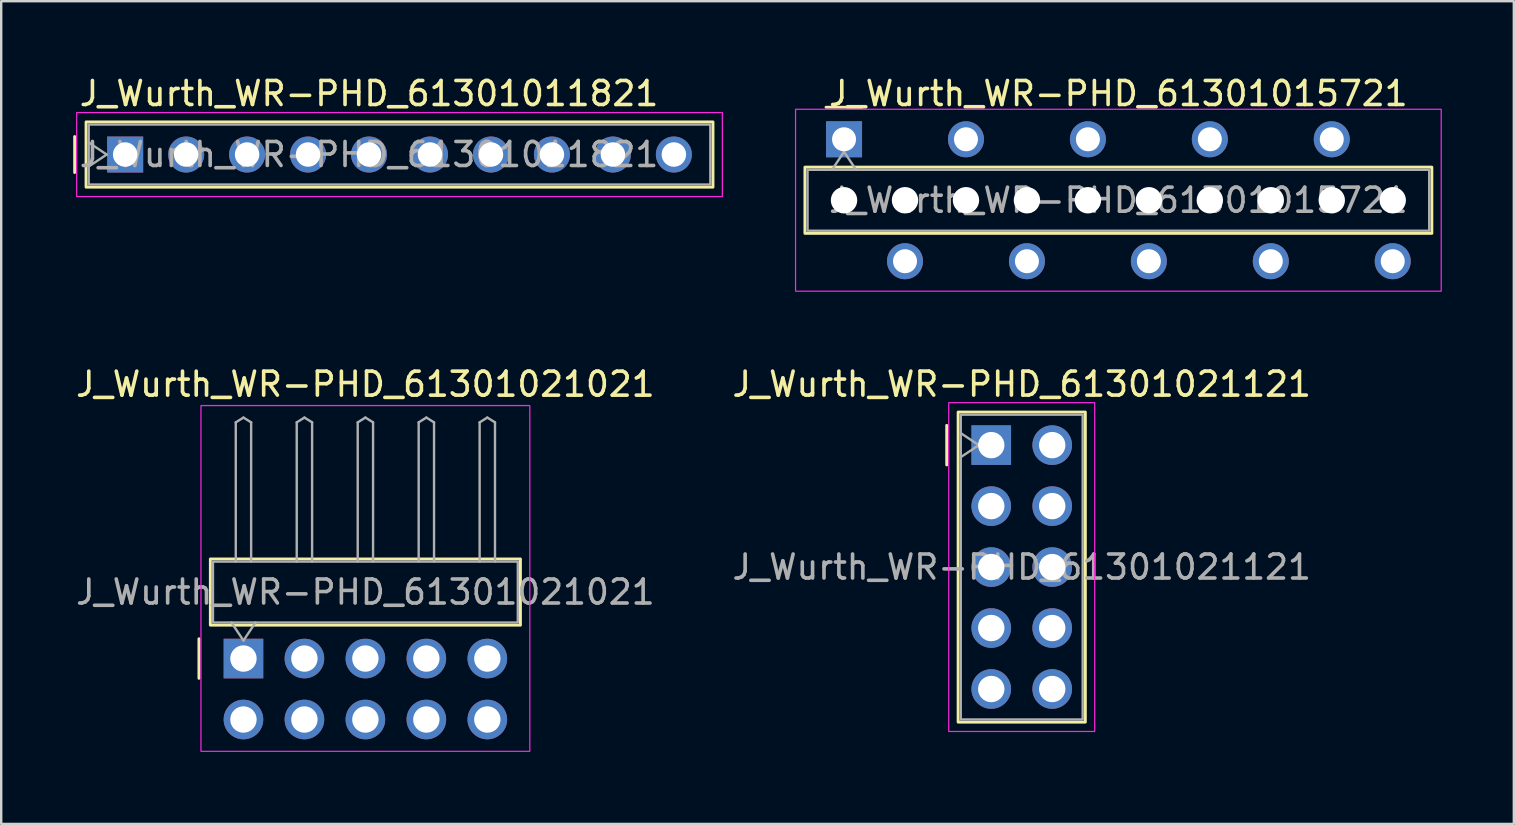
<source format=kicad_pcb>
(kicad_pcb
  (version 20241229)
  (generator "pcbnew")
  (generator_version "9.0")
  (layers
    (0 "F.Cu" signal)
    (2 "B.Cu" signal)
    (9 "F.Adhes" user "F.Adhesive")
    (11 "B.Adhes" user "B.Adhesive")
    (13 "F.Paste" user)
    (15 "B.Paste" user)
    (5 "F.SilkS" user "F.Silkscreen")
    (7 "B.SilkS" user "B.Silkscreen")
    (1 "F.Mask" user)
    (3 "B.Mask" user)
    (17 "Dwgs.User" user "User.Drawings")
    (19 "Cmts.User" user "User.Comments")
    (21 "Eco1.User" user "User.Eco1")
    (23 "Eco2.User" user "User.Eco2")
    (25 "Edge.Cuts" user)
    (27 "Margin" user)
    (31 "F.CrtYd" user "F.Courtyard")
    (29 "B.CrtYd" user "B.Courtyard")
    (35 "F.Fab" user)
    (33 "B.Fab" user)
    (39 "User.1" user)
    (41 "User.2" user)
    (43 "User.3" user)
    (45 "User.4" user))
  (footprint "J_Wurth_WR-PHD_61301021121"
    (layer "F.Cu")
    (at 38.248 15.496)
    (property "Reference" "J_Wurth_WR-PHD_61301021121" (at 1.27 -2.54 0) (unlocked yes) (layer "F.SilkS") (effects (font (size 1 1) (thickness 0.15))))
    (attr through_hole)
    (fp_line (start -1.855 -0.825) (end -1.855 0.825) (stroke (width 0.12) (type solid)) (layer "F.SilkS"))
    (fp_rect (start -1.38 -1.38) (end 3.92 11.54) (stroke (width 0.12) (type solid)) (fill no) (layer "F.SilkS"))
    (fp_rect (start -1.77 -1.77) (end 4.31 11.93) (stroke (width 0.05) (type solid)) (fill no) (layer "F.CrtYd"))
    (fp_line (start -1.27 -0.5) (end -0.52 0) (stroke (width 0.1) (type solid)) (layer "F.Fab"))
    (fp_line (start -0.52 0) (end -1.27 0.5) (stroke (width 0.1) (type solid)) (layer "F.Fab"))
    (fp_rect (start -1.27 -1.27) (end 3.81 11.43) (stroke (width 0.1) (type solid)) (fill no) (layer "F.Fab"))
    (fp_text user "${REFERENCE}" (at 1.27 5.08 0) (unlocked yes) (layer "F.Fab") (effects (font (size 1 1) (thickness 0.15))))
    (pad "1" thru_hole rect (at 0 0 270) (size 1.65 1.65) (drill 1.1) (layers "*.Cu" "*.Mask"))
    (pad "2" thru_hole circle (at 2.54 0 270) (size 1.65 1.65) (drill 1.1) (layers "*.Cu" "*.Mask"))
    (pad "3" thru_hole circle (at 0 2.54 270) (size 1.65 1.65) (drill 1.1) (layers "*.Cu" "*.Mask"))
    (pad "4" thru_hole circle (at 2.54 2.54 270) (size 1.65 1.65) (drill 1.1) (layers "*.Cu" "*.Mask"))
    (pad "5" thru_hole circle (at 0 5.08 270) (size 1.65 1.65) (drill 1.1) (layers "*.Cu" "*.Mask"))
    (pad "6" thru_hole circle (at 2.54 5.08 270) (size 1.65 1.65) (drill 1.1) (layers "*.Cu" "*.Mask"))
    (pad "7" thru_hole circle (at 0 7.62 270) (size 1.65 1.65) (drill 1.1) (layers "*.Cu" "*.Mask"))
    (pad "8" thru_hole circle (at 2.54 7.62 270) (size 1.65 1.65) (drill 1.1) (layers "*.Cu" "*.Mask"))
    (pad "9" thru_hole circle (at 0 10.16 270) (size 1.65 1.65) (drill 1.1) (layers "*.Cu" "*.Mask"))
    (pad "10" thru_hole circle (at 2.54 10.16 270) (size 1.65 1.65) (drill 1.1) (layers "*.Cu" "*.Mask")))
  (footprint "J_Wurth_WR-PHD_61301021021"
    (layer "F.Cu")
    (at 7.093 24.387)
    (property "Reference" "J_Wurth_WR-PHD_61301021021" (at 5.08 -11.43 0) (unlocked yes) (layer "F.SilkS") (effects (font (size 1 1) (thickness 0.15))))
    (attr through_hole)
    (fp_line (start -1.855 -0.825) (end -1.855 0.825) (stroke (width 0.12) (type solid)) (layer "F.SilkS"))
    (fp_rect (start -1.38 -4.15) (end 11.54 -1.39) (stroke (width 0.12) (type solid)) (fill no) (layer "F.SilkS"))
    (fp_rect (start -1.77 -10.54) (end 11.93 3.865) (stroke (width 0.05) (type solid)) (fill no) (layer "F.CrtYd"))
    (fp_line (start -0.32 -9.84) (end -0.32 -4.04) (stroke (width 0.1) (type solid)) (layer "F.Fab"))
    (fp_line (start 0 -10.04) (end -0.32 -9.84) (stroke (width 0.1) (type solid)) (layer "F.Fab"))
    (fp_line (start 0 -0.75) (end -0.5 -1.5) (stroke (width 0.1) (type solid)) (layer "F.Fab"))
    (fp_line (start 0 -0.75) (end 0.5 -1.5) (stroke (width 0.1) (type solid)) (layer "F.Fab"))
    (fp_line (start 0.32 -9.84) (end 0 -10.04) (stroke (width 0.1) (type default)) (layer "F.Fab"))
    (fp_line (start 0.32 -4.04) (end 0.32 -9.84) (stroke (width 0.1) (type solid)) (layer "F.Fab"))
    (fp_line (start 2.22 -9.84) (end 2.22 -4.04) (stroke (width 0.1) (type solid)) (layer "F.Fab"))
    (fp_line (start 2.54 -10.04) (end 2.22 -9.84) (stroke (width 0.1) (type solid)) (layer "F.Fab"))
    (fp_line (start 2.86 -9.84) (end 2.54 -10.04) (stroke (width 0.1) (type default)) (layer "F.Fab"))
    (fp_line (start 2.86 -4.04) (end 2.86 -9.84) (stroke (width 0.1) (type solid)) (layer "F.Fab"))
    (fp_line (start 4.76 -9.84) (end 4.76 -4.04) (stroke (width 0.1) (type solid)) (layer "F.Fab"))
    (fp_line (start 5.08 -10.04) (end 4.76 -9.84) (stroke (width 0.1) (type solid)) (layer "F.Fab"))
    (fp_line (start 5.4 -9.84) (end 5.08 -10.04) (stroke (width 0.1) (type default)) (layer "F.Fab"))
    (fp_line (start 5.4 -4.04) (end 5.4 -9.84) (stroke (width 0.1) (type solid)) (layer "F.Fab"))
    (fp_line (start 7.3 -9.84) (end 7.3 -4.04) (stroke (width 0.1) (type solid)) (layer "F.Fab"))
    (fp_line (start 7.62 -10.04) (end 7.3 -9.84) (stroke (width 0.1) (type solid)) (layer "F.Fab"))
    (fp_line (start 7.94 -9.84) (end 7.62 -10.04) (stroke (width 0.1) (type default)) (layer "F.Fab"))
    (fp_line (start 7.94 -4.04) (end 7.94 -9.84) (stroke (width 0.1) (type solid)) (layer "F.Fab"))
    (fp_line (start 9.84 -9.84) (end 9.84 -4.04) (stroke (width 0.1) (type solid)) (layer "F.Fab"))
    (fp_line (start 10.16 -10.04) (end 9.84 -9.84) (stroke (width 0.1) (type solid)) (layer "F.Fab"))
    (fp_line (start 10.48 -9.84) (end 10.16 -10.04) (stroke (width 0.1) (type solid)) (layer "F.Fab"))
    (fp_line (start 10.48 -4.04) (end 10.48 -9.84) (stroke (width 0.1) (type solid)) (layer "F.Fab"))
    (fp_rect (start -1.27 -4.04) (end 11.43 -1.5) (stroke (width 0.1) (type solid)) (fill no) (layer "F.Fab"))
    (fp_text user "${REFERENCE}" (at 5.08 -2.77 0) (unlocked yes) (layer "F.Fab") (effects (font (size 1 1) (thickness 0.15))))
    (pad "1" thru_hole rect (at 0 0 180) (size 1.65 1.65) (drill 1.1) (layers "*.Cu" "*.Mask"))
    (pad "2" thru_hole circle (at 0 2.54 180) (size 1.65 1.65) (drill 1.1) (layers "*.Cu" "*.Mask"))
    (pad "3" thru_hole circle (at 2.54 0 180) (size 1.65 1.65) (drill 1.1) (layers "*.Cu" "*.Mask"))
    (pad "4" thru_hole circle (at 2.54 2.54 180) (size 1.65 1.65) (drill 1.1) (layers "*.Cu" "*.Mask"))
    (pad "5" thru_hole circle (at 5.08 0 180) (size 1.65 1.65) (drill 1.1) (layers "*.Cu" "*.Mask"))
    (pad "6" thru_hole circle (at 5.08 2.54 180) (size 1.65 1.65) (drill 1.1) (layers "*.Cu" "*.Mask"))
    (pad "7" thru_hole circle (at 7.62 0 180) (size 1.65 1.65) (drill 1.1) (layers "*.Cu" "*.Mask"))
    (pad "8" thru_hole circle (at 7.62 2.54 180) (size 1.65 1.65) (drill 1.1) (layers "*.Cu" "*.Mask"))
    (pad "9" thru_hole circle (at 10.16 0 180) (size 1.65 1.65) (drill 1.1) (layers "*.Cu" "*.Mask"))
    (pad "10" thru_hole circle (at 10.16 2.54 180) (size 1.65 1.65) (drill 1.1) (layers "*.Cu" "*.Mask")))
  (footprint "J_Wurth_WR-PHD_61301011821"
    (layer "F.Cu")
    (at 2.165 3.388)
    (property "Reference" "J_Wurth_WR-PHD_61301011821" (at 10.16 -2.54 0) (unlocked yes) (layer "F.SilkS") (effects (font (size 1 1) (thickness 0.15))))
    (attr through_hole)
    (fp_line (start -2.105 -0.75) (end -2.105 0.75) (stroke (width 0.12) (type solid)) (layer "F.SilkS"))
    (fp_rect (start -1.63 -1.36) (end 24.49 1.36) (stroke (width 0.12) (type solid)) (fill no) (layer "F.SilkS"))
    (fp_rect (start -2.02 -1.75) (end 24.88 1.75) (stroke (width 0.05) (type solid)) (fill no) (layer "F.CrtYd"))
    (fp_line (start -1.52 -0.5) (end -0.77 0) (stroke (width 0.1) (type solid)) (layer "F.Fab"))
    (fp_line (start -0.77 0) (end -1.52 0.5) (stroke (width 0.1) (type solid)) (layer "F.Fab"))
    (fp_rect (start -1.52 -1.25) (end 24.38 1.25) (stroke (width 0.1) (type solid)) (fill no) (layer "F.Fab"))
    (fp_text user "${REFERENCE}" (at 10.16 0 0) (unlocked yes) (layer "F.Fab") (effects (font (size 1 1) (thickness 0.15))))
    (pad "1" thru_hole rect (at 0 0) (size 1.5 1.5) (drill 1.02) (layers "*.Cu" "*.Mask"))
    (pad "2" thru_hole circle (at 2.54 0) (size 1.5 1.5) (drill 1.02) (layers "*.Cu" "*.Mask"))
    (pad "3" thru_hole circle (at 5.08 0) (size 1.5 1.5) (drill 1.02) (layers "*.Cu" "*.Mask"))
    (pad "4" thru_hole circle (at 7.62 0) (size 1.5 1.5) (drill 1.02) (layers "*.Cu" "*.Mask"))
    (pad "5" thru_hole circle (at 10.16 0) (size 1.5 1.5) (drill 1.02) (layers "*.Cu" "*.Mask"))
    (pad "6" thru_hole circle (at 12.7 0) (size 1.5 1.5) (drill 1.02) (layers "*.Cu" "*.Mask"))
    (pad "7" thru_hole circle (at 15.24 0) (size 1.5 1.5) (drill 1.02) (layers "*.Cu" "*.Mask"))
    (pad "8" thru_hole circle (at 17.78 0) (size 1.5 1.5) (drill 1.02) (layers "*.Cu" "*.Mask"))
    (pad "9" thru_hole circle (at 20.32 0) (size 1.5 1.5) (drill 1.02) (layers "*.Cu" "*.Mask"))
    (pad "10" thru_hole circle (at 22.86 0) (size 1.5 1.5) (drill 1.02) (layers "*.Cu" "*.Mask")))
  (footprint "J_Wurth_WR-PHD_61301015721"
    (layer "F.Cu")
    (at 32.115 2.753)
    (property "Reference" "J_Wurth_WR-PHD_61301015721" (at 11.43 -1.905 0) (unlocked yes) (layer "F.SilkS") (effects (font (size 1 1) (thickness 0.15))))
    (attr through_hole)
    (fp_line (start -0.75 -1.335) (end 0.75 -1.335) (stroke (width 0.12) (type solid)) (layer "F.SilkS"))
    (fp_rect (start -1.63 1.16) (end 24.49 3.92) (stroke (width 0.12) (type solid)) (fill no) (layer "F.SilkS"))
    (fp_rect (start -2.02 -1.25) (end 24.88 6.33) (stroke (width 0.05) (type solid)) (fill no) (layer "F.CrtYd"))
    (fp_line (start -0.5 1.27) (end 0 0.52) (stroke (width 0.1) (type solid)) (layer "F.Fab"))
    (fp_line (start 0 0.52) (end 0.5 1.27) (stroke (width 0.1) (type solid)) (layer "F.Fab"))
    (fp_rect (start -1.52 1.27) (end 24.38 3.81) (stroke (width 0.1) (type solid)) (fill no) (layer "F.Fab"))
    (fp_text user "${REFERENCE}" (at 11.43 2.54 0) (unlocked yes) (layer "F.Fab") (effects (font (size 1 1) (thickness 0.15))))
    (pad "" np_thru_hole circle (at 0 2.54) (size 1.1 1.1) (drill 1.1) (layers "*.Cu" "*.Mask"))
    (pad "" np_thru_hole circle (at 2.54 2.54) (size 1.1 1.1) (drill 1.1) (layers "*.Cu" "*.Mask"))
    (pad "" np_thru_hole circle (at 5.08 2.54) (size 1.1 1.1) (drill 1.1) (layers "*.Cu" "*.Mask"))
    (pad "" np_thru_hole circle (at 7.62 2.54) (size 1.1 1.1) (drill 1.1) (layers "*.Cu" "*.Mask"))
    (pad "" np_thru_hole circle (at 10.16 2.54) (size 1.1 1.1) (drill 1.1) (layers "*.Cu" "*.Mask"))
    (pad "" np_thru_hole circle (at 12.7 2.54) (size 1.1 1.1) (drill 1.1) (layers "*.Cu" "*.Mask"))
    (pad "" np_thru_hole circle (at 15.24 2.54) (size 1.1 1.1) (drill 1.1) (layers "*.Cu" "*.Mask"))
    (pad "" np_thru_hole circle (at 17.78 2.54) (size 1.1 1.1) (drill 1.1) (layers "*.Cu" "*.Mask"))
    (pad "" np_thru_hole circle (at 20.32 2.54) (size 1.1 1.1) (drill 1.1) (layers "*.Cu" "*.Mask"))
    (pad "" np_thru_hole circle (at 22.86 2.54) (size 1.1 1.1) (drill 1.1) (layers "*.Cu" "*.Mask"))
    (pad "1" thru_hole rect (at 0 0) (size 1.5 1.5) (drill 1) (layers "*.Cu" "*.Mask"))
    (pad "2" thru_hole circle (at 2.54 5.08) (size 1.5 1.5) (drill 1) (layers "*.Cu" "*.Mask"))
    (pad "3" thru_hole circle (at 5.08 0) (size 1.5 1.5) (drill 1) (layers "*.Cu" "*.Mask"))
    (pad "4" thru_hole circle (at 7.62 5.08) (size 1.5 1.5) (drill 1) (layers "*.Cu" "*.Mask"))
    (pad "5" thru_hole circle (at 10.16 0) (size 1.5 1.5) (drill 1) (layers "*.Cu" "*.Mask"))
    (pad "6" thru_hole circle (at 12.7 5.08) (size 1.5 1.5) (drill 1) (layers "*.Cu" "*.Mask"))
    (pad "7" thru_hole circle (at 15.24 0) (size 1.5 1.5) (drill 1) (layers "*.Cu" "*.Mask"))
    (pad "8" thru_hole circle (at 17.78 5.08) (size 1.5 1.5) (drill 1) (layers "*.Cu" "*.Mask"))
    (pad "9" thru_hole circle (at 20.32 0) (size 1.5 1.5) (drill 1) (layers "*.Cu" "*.Mask"))
    (pad "10" thru_hole circle (at 22.86 5.08) (size 1.5 1.5) (drill 1) (layers "*.Cu" "*.Mask")))
  (gr_rect
    (start -3 -3)
    (end 60.02 31.276)
    (stroke (width 0.1) (type default))
    (fill no)
    (layer "Edge.Cuts")))
</source>
